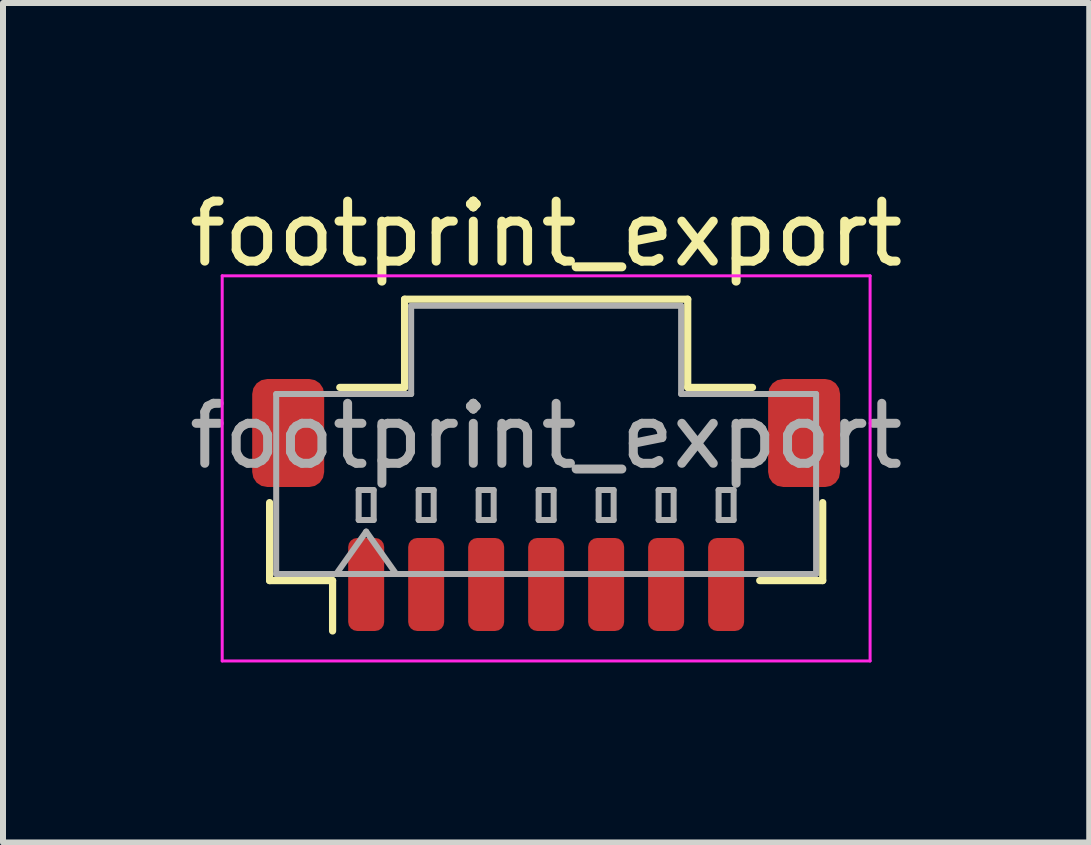
<source format=kicad_pcb>
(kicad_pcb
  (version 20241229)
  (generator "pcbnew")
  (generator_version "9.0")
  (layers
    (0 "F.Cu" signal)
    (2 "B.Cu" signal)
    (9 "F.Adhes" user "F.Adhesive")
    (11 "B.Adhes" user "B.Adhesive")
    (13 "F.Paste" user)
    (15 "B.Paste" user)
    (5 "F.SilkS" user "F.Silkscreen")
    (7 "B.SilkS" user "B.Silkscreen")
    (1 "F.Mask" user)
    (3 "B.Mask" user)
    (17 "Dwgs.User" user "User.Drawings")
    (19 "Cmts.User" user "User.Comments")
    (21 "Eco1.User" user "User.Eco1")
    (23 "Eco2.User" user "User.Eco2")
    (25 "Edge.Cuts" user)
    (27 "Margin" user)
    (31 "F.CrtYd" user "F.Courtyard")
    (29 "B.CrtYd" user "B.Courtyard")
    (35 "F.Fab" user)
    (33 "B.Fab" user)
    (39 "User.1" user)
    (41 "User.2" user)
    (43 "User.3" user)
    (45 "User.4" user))
  (footprint "footprint_export"
    (layer "F.Cu")
    (at 6.054 5.368)
    (property "Reference" "footprint_export" (at 0 -4.52 0) (layer "F.SilkS") (effects (font (size 1 1) (thickness 0.15))))
    (attr smd)
    (fp_line (start -4.61 -0.04) (end -4.61 1.26) (stroke (width 0.12) (type solid)) (layer "F.SilkS"))
    (fp_line (start -4.61 1.26) (end -3.56 1.26) (stroke (width 0.12) (type solid)) (layer "F.SilkS"))
    (fp_line (start -3.56 1.26) (end -3.56 2.1) (stroke (width 0.12) (type solid)) (layer "F.SilkS"))
    (fp_line (start -3.44 -1.96) (end -2.36 -1.96) (stroke (width 0.12) (type solid)) (layer "F.SilkS"))
    (fp_line (start -2.36 -3.43) (end 2.36 -3.43) (stroke (width 0.12) (type solid)) (layer "F.SilkS"))
    (fp_line (start -2.36 -1.96) (end -2.36 -3.43) (stroke (width 0.12) (type solid)) (layer "F.SilkS"))
    (fp_line (start 2.36 -3.43) (end 2.36 -1.96) (stroke (width 0.12) (type solid)) (layer "F.SilkS"))
    (fp_line (start 2.36 -1.96) (end 3.44 -1.96) (stroke (width 0.12) (type solid)) (layer "F.SilkS"))
    (fp_line (start 4.61 -0.04) (end 4.61 1.26) (stroke (width 0.12) (type solid)) (layer "F.SilkS"))
    (fp_line (start 4.61 1.26) (end 3.56 1.26) (stroke (width 0.12) (type solid)) (layer "F.SilkS"))
    (fp_line (start -5.4 -3.82) (end -5.4 2.6) (stroke (width 0.05) (type solid)) (layer "F.CrtYd"))
    (fp_line (start -5.4 2.6) (end 5.4 2.6) (stroke (width 0.05) (type solid)) (layer "F.CrtYd"))
    (fp_line (start 5.4 -3.82) (end -5.4 -3.82) (stroke (width 0.05) (type solid)) (layer "F.CrtYd"))
    (fp_line (start 5.4 2.6) (end 5.4 -3.82) (stroke (width 0.05) (type solid)) (layer "F.CrtYd"))
    (fp_line (start -4.5 -1.85) (end -2.25 -1.85) (stroke (width 0.1) (type solid)) (layer "F.Fab"))
    (fp_line (start -4.5 1.15) (end -4.5 -1.85) (stroke (width 0.1) (type solid)) (layer "F.Fab"))
    (fp_line (start -4.5 1.15) (end 4.5 1.15) (stroke (width 0.1) (type solid)) (layer "F.Fab"))
    (fp_line (start -3.5 1.15) (end -3 0.443) (stroke (width 0.1) (type solid)) (layer "F.Fab"))
    (fp_line (start -3.125 -0.25) (end -3.125 0.25) (stroke (width 0.1) (type solid)) (layer "F.Fab"))
    (fp_line (start -3.125 0.25) (end -2.875 0.25) (stroke (width 0.1) (type solid)) (layer "F.Fab"))
    (fp_line (start -3 0.443) (end -2.5 1.15) (stroke (width 0.1) (type solid)) (layer "F.Fab"))
    (fp_line (start -2.875 -0.25) (end -3.125 -0.25) (stroke (width 0.1) (type solid)) (layer "F.Fab"))
    (fp_line (start -2.875 0.25) (end -2.875 -0.25) (stroke (width 0.1) (type solid)) (layer "F.Fab"))
    (fp_line (start -2.25 -3.32) (end 2.25 -3.32) (stroke (width 0.1) (type solid)) (layer "F.Fab"))
    (fp_line (start -2.25 -1.85) (end -2.25 -3.32) (stroke (width 0.1) (type solid)) (layer "F.Fab"))
    (fp_line (start -2.125 -0.25) (end -2.125 0.25) (stroke (width 0.1) (type solid)) (layer "F.Fab"))
    (fp_line (start -2.125 0.25) (end -1.875 0.25) (stroke (width 0.1) (type solid)) (layer "F.Fab"))
    (fp_line (start -1.875 -0.25) (end -2.125 -0.25) (stroke (width 0.1) (type solid)) (layer "F.Fab"))
    (fp_line (start -1.875 0.25) (end -1.875 -0.25) (stroke (width 0.1) (type solid)) (layer "F.Fab"))
    (fp_line (start -1.125 -0.25) (end -1.125 0.25) (stroke (width 0.1) (type solid)) (layer "F.Fab"))
    (fp_line (start -1.125 0.25) (end -0.875 0.25) (stroke (width 0.1) (type solid)) (layer "F.Fab"))
    (fp_line (start -0.875 -0.25) (end -1.125 -0.25) (stroke (width 0.1) (type solid)) (layer "F.Fab"))
    (fp_line (start -0.875 0.25) (end -0.875 -0.25) (stroke (width 0.1) (type solid)) (layer "F.Fab"))
    (fp_line (start -0.125 -0.25) (end -0.125 0.25) (stroke (width 0.1) (type solid)) (layer "F.Fab"))
    (fp_line (start -0.125 0.25) (end 0.125 0.25) (stroke (width 0.1) (type solid)) (layer "F.Fab"))
    (fp_line (start 0.125 -0.25) (end -0.125 -0.25) (stroke (width 0.1) (type solid)) (layer "F.Fab"))
    (fp_line (start 0.125 0.25) (end 0.125 -0.25) (stroke (width 0.1) (type solid)) (layer "F.Fab"))
    (fp_line (start 0.875 -0.25) (end 0.875 0.25) (stroke (width 0.1) (type solid)) (layer "F.Fab"))
    (fp_line (start 0.875 0.25) (end 1.125 0.25) (stroke (width 0.1) (type solid)) (layer "F.Fab"))
    (fp_line (start 1.125 -0.25) (end 0.875 -0.25) (stroke (width 0.1) (type solid)) (layer "F.Fab"))
    (fp_line (start 1.125 0.25) (end 1.125 -0.25) (stroke (width 0.1) (type solid)) (layer "F.Fab"))
    (fp_line (start 1.875 -0.25) (end 1.875 0.25) (stroke (width 0.1) (type solid)) (layer "F.Fab"))
    (fp_line (start 1.875 0.25) (end 2.125 0.25) (stroke (width 0.1) (type solid)) (layer "F.Fab"))
    (fp_line (start 2.125 -0.25) (end 1.875 -0.25) (stroke (width 0.1) (type solid)) (layer "F.Fab"))
    (fp_line (start 2.125 0.25) (end 2.125 -0.25) (stroke (width 0.1) (type solid)) (layer "F.Fab"))
    (fp_line (start 2.25 -3.32) (end 2.25 -1.85) (stroke (width 0.1) (type solid)) (layer "F.Fab"))
    (fp_line (start 2.25 -1.85) (end 4.5 -1.85) (stroke (width 0.1) (type solid)) (layer "F.Fab"))
    (fp_line (start 2.875 -0.25) (end 2.875 0.25) (stroke (width 0.1) (type solid)) (layer "F.Fab"))
    (fp_line (start 2.875 0.25) (end 3.125 0.25) (stroke (width 0.1) (type solid)) (layer "F.Fab"))
    (fp_line (start 3.125 -0.25) (end 2.875 -0.25) (stroke (width 0.1) (type solid)) (layer "F.Fab"))
    (fp_line (start 3.125 0.25) (end 3.125 -0.25) (stroke (width 0.1) (type solid)) (layer "F.Fab"))
    (fp_line (start 4.5 1.15) (end 4.5 -1.85) (stroke (width 0.1) (type solid)) (layer "F.Fab"))
    (fp_text user "${REFERENCE}" (at 0 -1.15 0) (layer "F.Fab") (effects (font (size 1 1) (thickness 0.15))))
    (pad "1" smd roundrect (at -3 1.325) (size 0.6 1.55) (layers "F.Cu" "F.Mask" "F.Paste") (roundrect_rratio 0.25))
    (pad "2" smd roundrect (at -2 1.325) (size 0.6 1.55) (layers "F.Cu" "F.Mask" "F.Paste") (roundrect_rratio 0.25))
    (pad "3" smd roundrect (at -1 1.325) (size 0.6 1.55) (layers "F.Cu" "F.Mask" "F.Paste") (roundrect_rratio 0.25))
    (pad "4" smd roundrect (at 0 1.325) (size 0.6 1.55) (layers "F.Cu" "F.Mask" "F.Paste") (roundrect_rratio 0.25))
    (pad "5" smd roundrect (at 1 1.325) (size 0.6 1.55) (layers "F.Cu" "F.Mask" "F.Paste") (roundrect_rratio 0.25))
    (pad "6" smd roundrect (at 2 1.325) (size 0.6 1.55) (layers "F.Cu" "F.Mask" "F.Paste") (roundrect_rratio 0.25))
    (pad "7" smd roundrect (at 3 1.325) (size 0.6 1.55) (layers "F.Cu" "F.Mask" "F.Paste") (roundrect_rratio 0.25))
    (pad "MP" smd roundrect (at -4.3 -1.2) (size 1.2 1.8) (layers "F.Cu" "F.Mask" "F.Paste") (roundrect_rratio 0.208))
    (pad "MP" smd roundrect (at 4.3 -1.2) (size 1.2 1.8) (layers "F.Cu" "F.Mask" "F.Paste") (roundrect_rratio 0.208)))
  (gr_rect
    (start -3 -3)
    (end 15.107 10.993)
    (stroke (width 0.1) (type default))
    (fill no)
    (layer "Edge.Cuts")))
</source>
